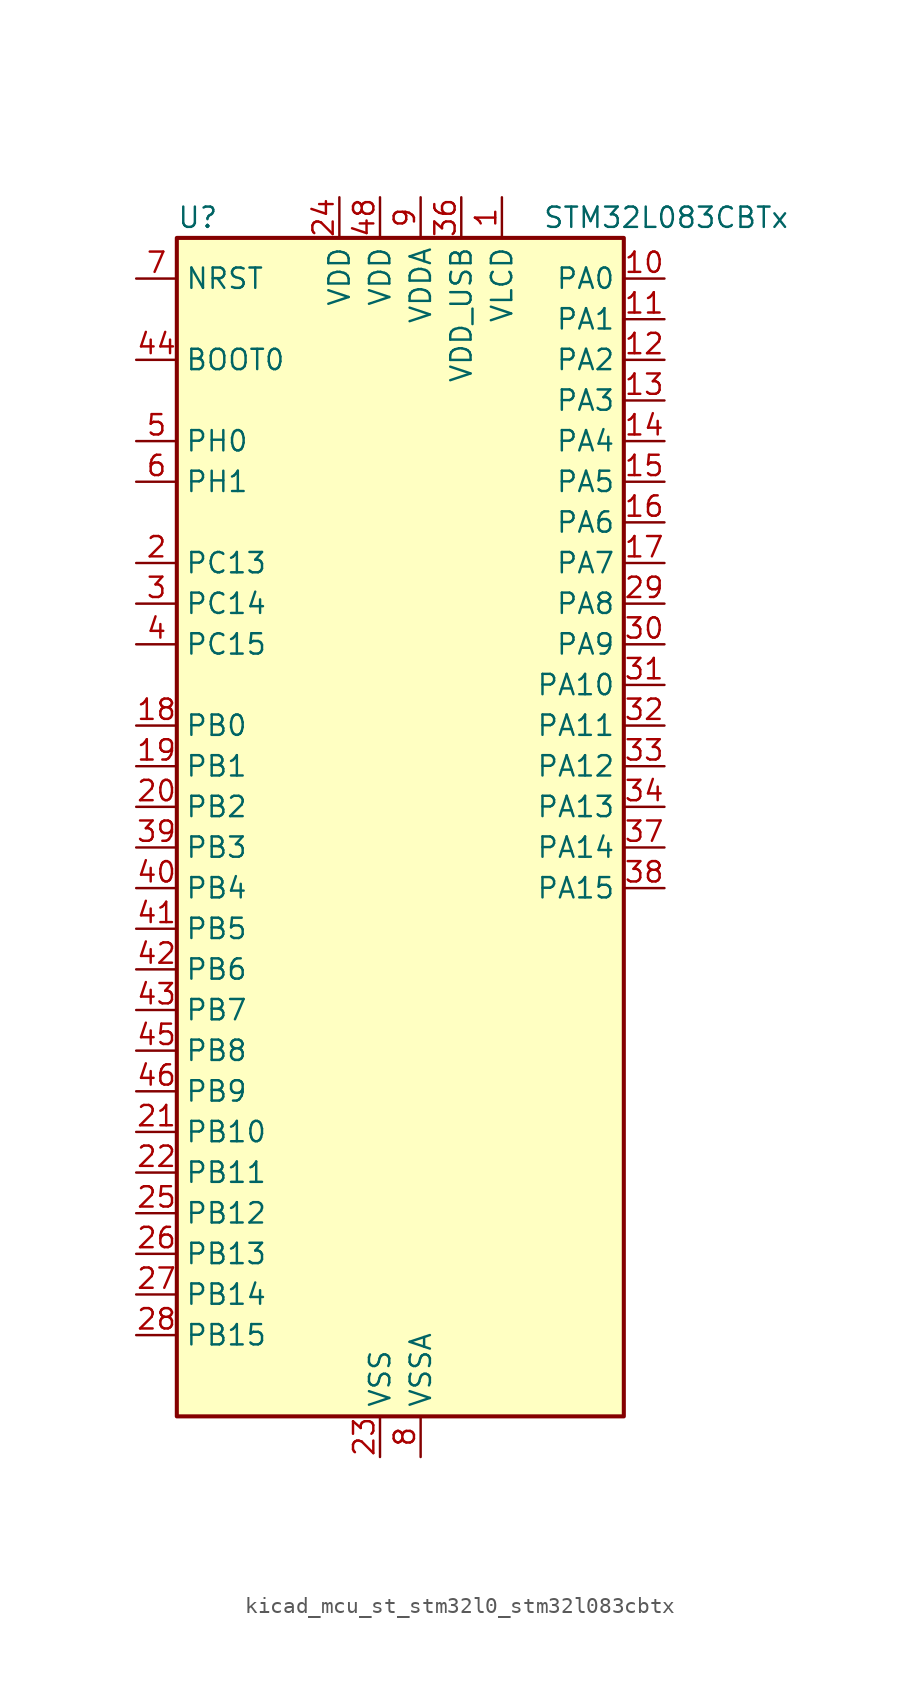
<source format=kicad_sym>
(kicad_symbol_lib
  (version 20220914)
  (generator kicad_symbol_editor)
  (symbol "kicad_mcu_st_stm32l0_stm32l083cbtx"
    (property "Reference" "U"
      (at -12.7 39.37 0)
      (effects (font (size 1.27 1.27)) (justify left)))
    (property "Value" "STM32L083CBTx"
      (at 10.16 39.37 0)
      (effects (font (size 1.27 1.27)) (justify left)))
    (property "ki_locked" ""
      (at 0 0 0)
      (effects (font (size 1.27 1.27))))
    (symbol "kicad_mcu_st_stm32l0_stm32l083cbtx_0_1"
      (rectangle (start -12.7 -35.56) (end 15.24 38.1) (stroke (width 0.254) (type default)) (fill (type background))))
    (symbol "kicad_mcu_st_stm32l0_stm32l083cbtx_1_1"
      (pin power_in line (at 7.62 40.64 270) (length 2.54) (name "VLCD" (effects (font (size 1.27 1.27)))) (number "1" (effects (font (size 1.27 1.27)))))
      (pin bidirectional line (at 17.78 35.56 180) (length 2.54) (name "PA0" (effects (font (size 1.27 1.27)))) (number "10" (effects (font (size 1.27 1.27)))) (alternate "ADC_IN0" bidirectional line) (alternate "COMP1_INM" bidirectional line) (alternate "COMP1_OUT" bidirectional line) (alternate "RTC_TAMP2" bidirectional line) (alternate "SYS_WKUP1" bidirectional line) (alternate "TIM2_CH1" bidirectional line) (alternate "TIM2_ETR" bidirectional line) (alternate "TSC_G1_IO1" bidirectional line) (alternate "USART2_CTS" bidirectional line) (alternate "USART4_TX" bidirectional line))
      (pin bidirectional line (at 17.78 33.02 180) (length 2.54) (name "PA1" (effects (font (size 1.27 1.27)))) (number "11" (effects (font (size 1.27 1.27)))) (alternate "ADC_IN1" bidirectional line) (alternate "COMP1_INP" bidirectional line) (alternate "LCD_SEG0" bidirectional line) (alternate "TIM21_ETR" bidirectional line) (alternate "TIM2_CH2" bidirectional line) (alternate "TSC_G1_IO2" bidirectional line) (alternate "USART2_DE" bidirectional line) (alternate "USART2_RTS" bidirectional line) (alternate "USART4_RX" bidirectional line))
      (pin bidirectional line (at 17.78 30.48 180) (length 2.54) (name "PA2" (effects (font (size 1.27 1.27)))) (number "12" (effects (font (size 1.27 1.27)))) (alternate "ADC_IN2" bidirectional line) (alternate "COMP2_INM" bidirectional line) (alternate "COMP2_OUT" bidirectional line) (alternate "LCD_SEG1" bidirectional line) (alternate "LPUART1_TX" bidirectional line) (alternate "TIM21_CH1" bidirectional line) (alternate "TIM2_CH3" bidirectional line) (alternate "TSC_G1_IO3" bidirectional line) (alternate "USART2_TX" bidirectional line))
      (pin bidirectional line (at 17.78 27.94 180) (length 2.54) (name "PA3" (effects (font (size 1.27 1.27)))) (number "13" (effects (font (size 1.27 1.27)))) (alternate "ADC_IN3" bidirectional line) (alternate "COMP2_INP" bidirectional line) (alternate "LCD_SEG2" bidirectional line) (alternate "LPUART1_RX" bidirectional line) (alternate "TIM21_CH2" bidirectional line) (alternate "TIM2_CH4" bidirectional line) (alternate "TSC_G1_IO4" bidirectional line) (alternate "USART2_RX" bidirectional line))
      (pin bidirectional line (at 17.78 25.4 180) (length 2.54) (name "PA4" (effects (font (size 1.27 1.27)))) (number "14" (effects (font (size 1.27 1.27)))) (alternate "ADC_IN4" bidirectional line) (alternate "COMP1_INM" bidirectional line) (alternate "COMP2_INM" bidirectional line) (alternate "DAC_OUT1" bidirectional line) (alternate "SPI1_NSS" bidirectional line) (alternate "TIM22_ETR" bidirectional line) (alternate "TSC_G2_IO1" bidirectional line) (alternate "USART2_CK" bidirectional line))
      (pin bidirectional line (at 17.78 22.86 180) (length 2.54) (name "PA5" (effects (font (size 1.27 1.27)))) (number "15" (effects (font (size 1.27 1.27)))) (alternate "ADC_IN5" bidirectional line) (alternate "COMP1_INM" bidirectional line) (alternate "COMP2_INM" bidirectional line) (alternate "DAC_OUT2" bidirectional line) (alternate "SPI1_SCK" bidirectional line) (alternate "TIM2_CH1" bidirectional line) (alternate "TIM2_ETR" bidirectional line) (alternate "TSC_G2_IO2" bidirectional line))
      (pin bidirectional line (at 17.78 20.32 180) (length 2.54) (name "PA6" (effects (font (size 1.27 1.27)))) (number "16" (effects (font (size 1.27 1.27)))) (alternate "ADC_IN6" bidirectional line) (alternate "COMP1_OUT" bidirectional line) (alternate "LCD_SEG3" bidirectional line) (alternate "LPUART1_CTS" bidirectional line) (alternate "SPI1_MISO" bidirectional line) (alternate "TIM22_CH1" bidirectional line) (alternate "TIM3_CH1" bidirectional line) (alternate "TSC_G2_IO3" bidirectional line))
      (pin bidirectional line (at 17.78 17.78 180) (length 2.54) (name "PA7" (effects (font (size 1.27 1.27)))) (number "17" (effects (font (size 1.27 1.27)))) (alternate "ADC_IN7" bidirectional line) (alternate "COMP2_OUT" bidirectional line) (alternate "LCD_SEG4" bidirectional line) (alternate "SPI1_MOSI" bidirectional line) (alternate "TIM22_CH2" bidirectional line) (alternate "TIM3_CH2" bidirectional line) (alternate "TSC_G2_IO4" bidirectional line))
      (pin bidirectional line (at -15.24 7.62 0) (length 2.54) (name "PB0" (effects (font (size 1.27 1.27)))) (number "18" (effects (font (size 1.27 1.27)))) (alternate "ADC_IN8" bidirectional line) (alternate "LCD_SEG5" bidirectional line) (alternate "LCD_VLCD3" bidirectional line) (alternate "SYS_VREF_OUT_PB0" bidirectional line) (alternate "TIM3_CH3" bidirectional line) (alternate "TSC_G3_IO2" bidirectional line))
      (pin bidirectional line (at -15.24 5.08 0) (length 2.54) (name "PB1" (effects (font (size 1.27 1.27)))) (number "19" (effects (font (size 1.27 1.27)))) (alternate "ADC_IN9" bidirectional line) (alternate "LCD_SEG6" bidirectional line) (alternate "LPUART1_DE" bidirectional line) (alternate "LPUART1_RTS" bidirectional line) (alternate "SYS_VREF_OUT_PB1" bidirectional line) (alternate "TIM3_CH4" bidirectional line) (alternate "TSC_G3_IO3" bidirectional line))
      (pin bidirectional line (at -15.24 17.78 0) (length 2.54) (name "PC13" (effects (font (size 1.27 1.27)))) (number "2" (effects (font (size 1.27 1.27)))) (alternate "RTC_OUT_ALARM" bidirectional line) (alternate "RTC_OUT_CALIB" bidirectional line) (alternate "RTC_TAMP1" bidirectional line) (alternate "RTC_TS" bidirectional line) (alternate "SYS_WKUP2" bidirectional line))
      (pin bidirectional line (at -15.24 2.54 0) (length 2.54) (name "PB2" (effects (font (size 1.27 1.27)))) (number "20" (effects (font (size 1.27 1.27)))) (alternate "I2C3_SMBA" bidirectional line) (alternate "LCD_VLCD2" bidirectional line) (alternate "LPTIM1_OUT" bidirectional line) (alternate "TSC_G3_IO4" bidirectional line))
      (pin bidirectional line (at -15.24 -17.78 0) (length 2.54) (name "PB10" (effects (font (size 1.27 1.27)))) (number "21" (effects (font (size 1.27 1.27)))) (alternate "I2C2_SCL" bidirectional line) (alternate "LCD_SEG10" bidirectional line) (alternate "LPUART1_RX" bidirectional line) (alternate "LPUART1_TX" bidirectional line) (alternate "SPI2_SCK" bidirectional line) (alternate "TIM2_CH3" bidirectional line) (alternate "TSC_SYNC" bidirectional line))
      (pin bidirectional line (at -15.24 -20.32 0) (length 2.54) (name "PB11" (effects (font (size 1.27 1.27)))) (number "22" (effects (font (size 1.27 1.27)))) (alternate "ADC_EXTI11" bidirectional line) (alternate "I2C2_SDA" bidirectional line) (alternate "LCD_SEG11" bidirectional line) (alternate "LPUART1_RX" bidirectional line) (alternate "LPUART1_TX" bidirectional line) (alternate "TIM2_CH4" bidirectional line) (alternate "TSC_G6_IO1" bidirectional line))
      (pin power_in line (at 0 -38.1 90) (length 2.54) (name "VSS" (effects (font (size 1.27 1.27)))) (number "23" (effects (font (size 1.27 1.27)))))
      (pin power_in line (at -2.54 40.64 270) (length 2.54) (name "VDD" (effects (font (size 1.27 1.27)))) (number "24" (effects (font (size 1.27 1.27)))))
      (pin bidirectional line (at -15.24 -22.86 0) (length 2.54) (name "PB12" (effects (font (size 1.27 1.27)))) (number "25" (effects (font (size 1.27 1.27)))) (alternate "I2S2_WS" bidirectional line) (alternate "LCD_SEG12" bidirectional line) (alternate "LCD_VLCD2" bidirectional line) (alternate "LPUART1_DE" bidirectional line) (alternate "LPUART1_RTS" bidirectional line) (alternate "SPI2_NSS" bidirectional line) (alternate "TSC_G6_IO2" bidirectional line))
      (pin bidirectional line (at -15.24 -25.4 0) (length 2.54) (name "PB13" (effects (font (size 1.27 1.27)))) (number "26" (effects (font (size 1.27 1.27)))) (alternate "I2C2_SCL" bidirectional line) (alternate "I2S2_CK" bidirectional line) (alternate "LCD_SEG13" bidirectional line) (alternate "LPUART1_CTS" bidirectional line) (alternate "RCC_MCO" bidirectional line) (alternate "SPI2_SCK" bidirectional line) (alternate "TIM21_CH1" bidirectional line) (alternate "TSC_G6_IO3" bidirectional line))
      (pin bidirectional line (at -15.24 -27.94 0) (length 2.54) (name "PB14" (effects (font (size 1.27 1.27)))) (number "27" (effects (font (size 1.27 1.27)))) (alternate "I2C2_SDA" bidirectional line) (alternate "I2S2_MCK" bidirectional line) (alternate "LCD_SEG14" bidirectional line) (alternate "LPUART1_DE" bidirectional line) (alternate "LPUART1_RTS" bidirectional line) (alternate "RTC_OUT_ALARM" bidirectional line) (alternate "RTC_OUT_CALIB" bidirectional line) (alternate "SPI2_MISO" bidirectional line) (alternate "TIM21_CH2" bidirectional line) (alternate "TSC_G6_IO4" bidirectional line))
      (pin bidirectional line (at -15.24 -30.48 0) (length 2.54) (name "PB15" (effects (font (size 1.27 1.27)))) (number "28" (effects (font (size 1.27 1.27)))) (alternate "I2S2_SD" bidirectional line) (alternate "LCD_SEG15" bidirectional line) (alternate "RTC_REFIN" bidirectional line) (alternate "SPI2_MOSI" bidirectional line))
      (pin bidirectional line (at 17.78 15.24 180) (length 2.54) (name "PA8" (effects (font (size 1.27 1.27)))) (number "29" (effects (font (size 1.27 1.27)))) (alternate "CRS_SYNC" bidirectional line) (alternate "I2C3_SCL" bidirectional line) (alternate "LCD_COM0" bidirectional line) (alternate "RCC_MCO" bidirectional line) (alternate "USART1_CK" bidirectional line))
      (pin bidirectional line (at -15.24 15.24 0) (length 2.54) (name "PC14" (effects (font (size 1.27 1.27)))) (number "3" (effects (font (size 1.27 1.27)))) (alternate "RCC_OSC32_IN" bidirectional line))
      (pin bidirectional line (at 17.78 12.7 180) (length 2.54) (name "PA9" (effects (font (size 1.27 1.27)))) (number "30" (effects (font (size 1.27 1.27)))) (alternate "DAC_EXTI9" bidirectional line) (alternate "I2C1_SCL" bidirectional line) (alternate "I2C3_SMBA" bidirectional line) (alternate "LCD_COM1" bidirectional line) (alternate "RCC_MCO" bidirectional line) (alternate "TSC_G4_IO1" bidirectional line) (alternate "USART1_TX" bidirectional line))
      (pin bidirectional line (at 17.78 10.16 180) (length 2.54) (name "PA10" (effects (font (size 1.27 1.27)))) (number "31" (effects (font (size 1.27 1.27)))) (alternate "I2C1_SDA" bidirectional line) (alternate "LCD_COM2" bidirectional line) (alternate "TSC_G4_IO2" bidirectional line) (alternate "USART1_RX" bidirectional line))
      (pin bidirectional line (at 17.78 7.62 180) (length 2.54) (name "PA11" (effects (font (size 1.27 1.27)))) (number "32" (effects (font (size 1.27 1.27)))) (alternate "ADC_EXTI11" bidirectional line) (alternate "COMP1_OUT" bidirectional line) (alternate "SPI1_MISO" bidirectional line) (alternate "TSC_G4_IO3" bidirectional line) (alternate "USART1_CTS" bidirectional line) (alternate "USB_DM" bidirectional line))
      (pin bidirectional line (at 17.78 5.08 180) (length 2.54) (name "PA12" (effects (font (size 1.27 1.27)))) (number "33" (effects (font (size 1.27 1.27)))) (alternate "COMP2_OUT" bidirectional line) (alternate "SPI1_MOSI" bidirectional line) (alternate "TSC_G4_IO4" bidirectional line) (alternate "USART1_DE" bidirectional line) (alternate "USART1_RTS" bidirectional line) (alternate "USB_DP" bidirectional line))
      (pin bidirectional line (at 17.78 2.54 180) (length 2.54) (name "PA13" (effects (font (size 1.27 1.27)))) (number "34" (effects (font (size 1.27 1.27)))) (alternate "LPUART1_RX" bidirectional line) (alternate "SYS_SWDIO" bidirectional line) (alternate "USB_NOE" bidirectional line))
      (pin passive line (at 0 -38.1 90) (length 2.54) hide (name "VSS" (effects (font (size 1.27 1.27)))) (number "35" (effects (font (size 1.27 1.27)))))
      (pin power_in line (at 5.08 40.64 270) (length 2.54) (name "VDD_USB" (effects (font (size 1.27 1.27)))) (number "36" (effects (font (size 1.27 1.27)))))
      (pin bidirectional line (at 17.78 0 180) (length 2.54) (name "PA14" (effects (font (size 1.27 1.27)))) (number "37" (effects (font (size 1.27 1.27)))) (alternate "LPUART1_TX" bidirectional line) (alternate "SYS_SWCLK" bidirectional line) (alternate "USART2_TX" bidirectional line))
      (pin bidirectional line (at 17.78 -2.54 180) (length 2.54) (name "PA15" (effects (font (size 1.27 1.27)))) (number "38" (effects (font (size 1.27 1.27)))) (alternate "LCD_SEG17" bidirectional line) (alternate "SPI1_NSS" bidirectional line) (alternate "TIM2_CH1" bidirectional line) (alternate "TIM2_ETR" bidirectional line) (alternate "USART2_RX" bidirectional line) (alternate "USART4_DE" bidirectional line) (alternate "USART4_RTS" bidirectional line))
      (pin bidirectional line (at -15.24 0 0) (length 2.54) (name "PB3" (effects (font (size 1.27 1.27)))) (number "39" (effects (font (size 1.27 1.27)))) (alternate "COMP2_INM" bidirectional line) (alternate "LCD_SEG7" bidirectional line) (alternate "SPI1_SCK" bidirectional line) (alternate "TIM2_CH2" bidirectional line) (alternate "TSC_G5_IO1" bidirectional line) (alternate "USART1_DE" bidirectional line) (alternate "USART1_RTS" bidirectional line) (alternate "USART5_TX" bidirectional line))
      (pin bidirectional line (at -15.24 12.7 0) (length 2.54) (name "PC15" (effects (font (size 1.27 1.27)))) (number "4" (effects (font (size 1.27 1.27)))) (alternate "RCC_OSC32_OUT" bidirectional line))
      (pin bidirectional line (at -15.24 -2.54 0) (length 2.54) (name "PB4" (effects (font (size 1.27 1.27)))) (number "40" (effects (font (size 1.27 1.27)))) (alternate "COMP2_INP" bidirectional line) (alternate "I2C3_SDA" bidirectional line) (alternate "LCD_SEG8" bidirectional line) (alternate "SPI1_MISO" bidirectional line) (alternate "TIM22_CH1" bidirectional line) (alternate "TIM3_CH1" bidirectional line) (alternate "TSC_G5_IO2" bidirectional line) (alternate "USART1_CTS" bidirectional line) (alternate "USART5_RX" bidirectional line))
      (pin bidirectional line (at -15.24 -5.08 0) (length 2.54) (name "PB5" (effects (font (size 1.27 1.27)))) (number "41" (effects (font (size 1.27 1.27)))) (alternate "COMP2_INP" bidirectional line) (alternate "I2C1_SMBA" bidirectional line) (alternate "LCD_SEG9" bidirectional line) (alternate "LPTIM1_IN1" bidirectional line) (alternate "SPI1_MOSI" bidirectional line) (alternate "TIM22_CH2" bidirectional line) (alternate "TIM3_CH2" bidirectional line) (alternate "USART1_CK" bidirectional line) (alternate "USART5_CK" bidirectional line) (alternate "USART5_DE" bidirectional line) (alternate "USART5_RTS" bidirectional line))
      (pin bidirectional line (at -15.24 -7.62 0) (length 2.54) (name "PB6" (effects (font (size 1.27 1.27)))) (number "42" (effects (font (size 1.27 1.27)))) (alternate "COMP2_INP" bidirectional line) (alternate "I2C1_SCL" bidirectional line) (alternate "LPTIM1_ETR" bidirectional line) (alternate "TSC_G5_IO3" bidirectional line) (alternate "USART1_TX" bidirectional line))
      (pin bidirectional line (at -15.24 -10.16 0) (length 2.54) (name "PB7" (effects (font (size 1.27 1.27)))) (number "43" (effects (font (size 1.27 1.27)))) (alternate "COMP2_INP" bidirectional line) (alternate "I2C1_SDA" bidirectional line) (alternate "LPTIM1_IN2" bidirectional line) (alternate "SYS_PVD_IN" bidirectional line) (alternate "TSC_G5_IO4" bidirectional line) (alternate "USART1_RX" bidirectional line) (alternate "USART4_CTS" bidirectional line))
      (pin input line (at -15.24 30.48 0) (length 2.54) (name "BOOT0" (effects (font (size 1.27 1.27)))) (number "44" (effects (font (size 1.27 1.27)))))
      (pin bidirectional line (at -15.24 -12.7 0) (length 2.54) (name "PB8" (effects (font (size 1.27 1.27)))) (number "45" (effects (font (size 1.27 1.27)))) (alternate "I2C1_SCL" bidirectional line) (alternate "LCD_SEG16" bidirectional line) (alternate "TSC_SYNC" bidirectional line))
      (pin bidirectional line (at -15.24 -15.24 0) (length 2.54) (name "PB9" (effects (font (size 1.27 1.27)))) (number "46" (effects (font (size 1.27 1.27)))) (alternate "DAC_EXTI9" bidirectional line) (alternate "I2C1_SDA" bidirectional line) (alternate "I2S2_WS" bidirectional line) (alternate "LCD_COM3" bidirectional line) (alternate "SPI2_NSS" bidirectional line))
      (pin passive line (at 0 -38.1 90) (length 2.54) hide (name "VSS" (effects (font (size 1.27 1.27)))) (number "47" (effects (font (size 1.27 1.27)))))
      (pin power_in line (at 0 40.64 270) (length 2.54) (name "VDD" (effects (font (size 1.27 1.27)))) (number "48" (effects (font (size 1.27 1.27)))))
      (pin bidirectional line (at -15.24 25.4 0) (length 2.54) (name "PH0" (effects (font (size 1.27 1.27)))) (number "5" (effects (font (size 1.27 1.27)))) (alternate "CRS_SYNC" bidirectional line) (alternate "RCC_OSC_IN" bidirectional line))
      (pin bidirectional line (at -15.24 22.86 0) (length 2.54) (name "PH1" (effects (font (size 1.27 1.27)))) (number "6" (effects (font (size 1.27 1.27)))) (alternate "RCC_OSC_OUT" bidirectional line))
      (pin input line (at -15.24 35.56 0) (length 2.54) (name "NRST" (effects (font (size 1.27 1.27)))) (number "7" (effects (font (size 1.27 1.27)))))
      (pin power_in line (at 2.54 -38.1 90) (length 2.54) (name "VSSA" (effects (font (size 1.27 1.27)))) (number "8" (effects (font (size 1.27 1.27)))))
      (pin power_in line (at 2.54 40.64 270) (length 2.54) (name "VDDA" (effects (font (size 1.27 1.27)))) (number "9" (effects (font (size 1.27 1.27))))))))
</source>
